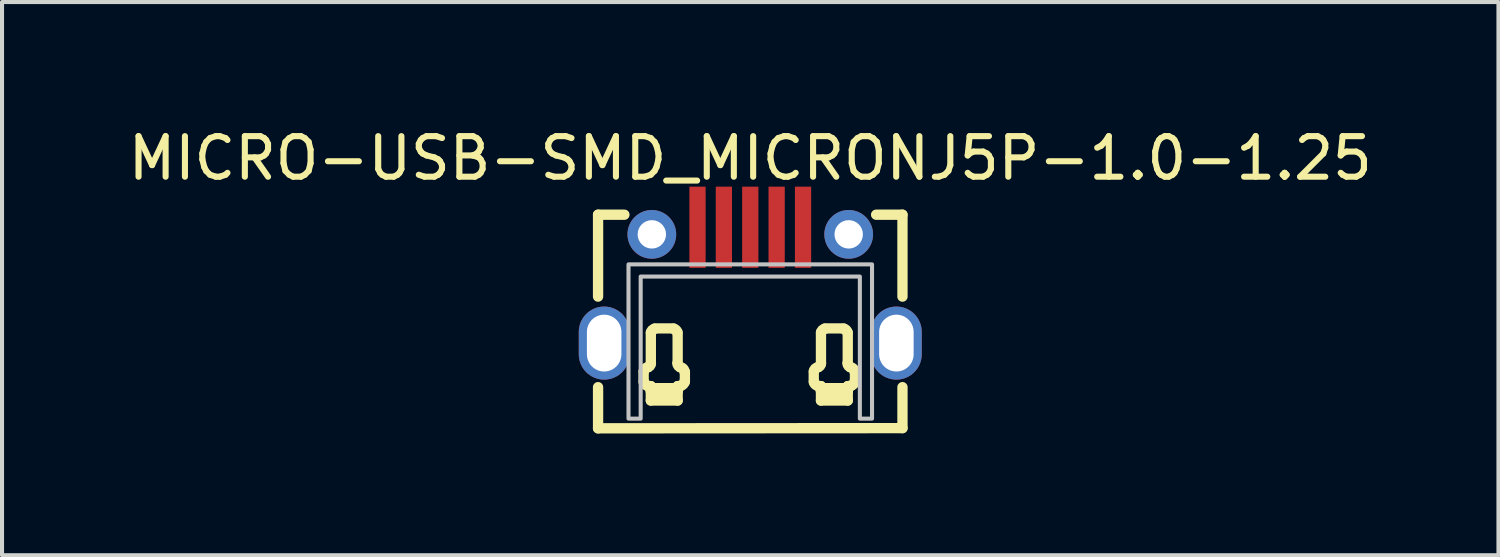
<source format=kicad_pcb>
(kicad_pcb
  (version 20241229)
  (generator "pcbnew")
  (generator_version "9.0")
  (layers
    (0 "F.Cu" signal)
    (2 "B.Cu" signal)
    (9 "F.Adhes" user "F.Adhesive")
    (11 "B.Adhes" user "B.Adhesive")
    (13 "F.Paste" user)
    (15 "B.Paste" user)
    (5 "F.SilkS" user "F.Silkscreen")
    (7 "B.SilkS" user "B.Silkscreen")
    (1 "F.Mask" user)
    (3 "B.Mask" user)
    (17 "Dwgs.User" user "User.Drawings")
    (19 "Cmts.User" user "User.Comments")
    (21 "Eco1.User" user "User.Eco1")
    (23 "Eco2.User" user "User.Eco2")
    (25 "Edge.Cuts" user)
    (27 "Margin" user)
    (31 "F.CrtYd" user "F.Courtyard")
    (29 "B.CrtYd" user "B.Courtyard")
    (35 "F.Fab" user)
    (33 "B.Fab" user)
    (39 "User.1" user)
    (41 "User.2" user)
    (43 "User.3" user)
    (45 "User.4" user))
  (footprint "MICRO-USB-SMD_MICRONJ5P-1.0-1.25"
    (layer "F.Cu")
    (at 15.435 3.976)
    (property "Reference" "MICRO-USB-SMD_MICRONJ5P-1.0-1.25" (at 0 -3.127 0) (unlocked yes) (layer "F.SilkS") (effects (font (size 1 1) (thickness 0.15))))
    (fp_line (start -3.75 -1.736) (end -3.101 -1.736) (stroke (width 0.254) (type default)) (layer "F.SilkS"))
    (fp_line (start -3.75 0.282) (end -3.75 -1.736) (stroke (width 0.254) (type default)) (layer "F.SilkS"))
    (fp_line (start -3.75 3.527) (end -3.75 2.513) (stroke (width 0.254) (type default)) (layer "F.SilkS"))
    (fp_line (start -3.75 3.527) (end 3.75 3.522) (stroke (width 0.254) (type default)) (layer "F.SilkS"))
    (fp_line (start -2.627 2.385) (end -2.627 2.131) (stroke (width 0.254) (type default)) (layer "F.SilkS"))
    (fp_line (start -2.526 2.487) (end -2.45 2.487) (stroke (width 0.254) (type default)) (layer "F.SilkS"))
    (fp_line (start -2.45 1.928) (end -2.45 1.166) (stroke (width 0.254) (type default)) (layer "F.SilkS"))
    (fp_line (start -2.45 2.487) (end -2.45 2.538) (stroke (width 0.254) (type default)) (layer "F.SilkS"))
    (fp_line (start -2.45 2.538) (end -2.45 2.614) (stroke (width 0.254) (type default)) (layer "F.SilkS"))
    (fp_line (start -2.45 2.614) (end -2.45 2.842) (stroke (width 0.254) (type default)) (layer "F.SilkS"))
    (fp_line (start -2.45 2.842) (end -1.789 2.842) (stroke (width 0.254) (type default)) (layer "F.SilkS"))
    (fp_line (start -2.348 1.065) (end -1.891 1.065) (stroke (width 0.254) (type default)) (layer "F.SilkS"))
    (fp_line (start -1.789 1.166) (end -1.789 1.928) (stroke (width 0.254) (type default)) (layer "F.SilkS"))
    (fp_line (start -1.789 2.487) (end -1.789 2.538) (stroke (width 0.254) (type default)) (layer "F.SilkS"))
    (fp_line (start -1.789 2.538) (end -2.45 2.538) (stroke (width 0.254) (type default)) (layer "F.SilkS"))
    (fp_line (start -1.789 2.614) (end -2.45 2.614) (stroke (width 0.254) (type default)) (layer "F.SilkS"))
    (fp_line (start -1.789 2.614) (end -1.789 2.538) (stroke (width 0.254) (type default)) (layer "F.SilkS"))
    (fp_line (start -1.789 2.842) (end -1.789 2.614) (stroke (width 0.254) (type default)) (layer "F.SilkS"))
    (fp_line (start -1.713 2.487) (end -1.789 2.487) (stroke (width 0.254) (type default)) (layer "F.SilkS"))
    (fp_line (start -1.611 2.131) (end -1.611 2.385) (stroke (width 0.254) (type default)) (layer "F.SilkS"))
    (fp_line (start 1.564 2.385) (end 1.564 2.131) (stroke (width 0.254) (type default)) (layer "F.SilkS"))
    (fp_line (start 1.665 2.487) (end 1.742 2.487) (stroke (width 0.254) (type default)) (layer "F.SilkS"))
    (fp_line (start 1.742 1.928) (end 1.742 1.166) (stroke (width 0.254) (type default)) (layer "F.SilkS"))
    (fp_line (start 1.742 2.487) (end 1.742 2.538) (stroke (width 0.254) (type default)) (layer "F.SilkS"))
    (fp_line (start 1.742 2.538) (end 1.742 2.614) (stroke (width 0.254) (type default)) (layer "F.SilkS"))
    (fp_line (start 1.742 2.614) (end 1.742 2.842) (stroke (width 0.254) (type default)) (layer "F.SilkS"))
    (fp_line (start 1.742 2.842) (end 2.402 2.842) (stroke (width 0.254) (type default)) (layer "F.SilkS"))
    (fp_line (start 1.843 1.065) (end 2.3 1.065) (stroke (width 0.254) (type default)) (layer "F.SilkS"))
    (fp_line (start 2.402 1.166) (end 2.402 1.928) (stroke (width 0.254) (type default)) (layer "F.SilkS"))
    (fp_line (start 2.402 2.487) (end 2.402 2.538) (stroke (width 0.254) (type default)) (layer "F.SilkS"))
    (fp_line (start 2.402 2.538) (end 1.742 2.538) (stroke (width 0.254) (type default)) (layer "F.SilkS"))
    (fp_line (start 2.402 2.614) (end 1.742 2.614) (stroke (width 0.254) (type default)) (layer "F.SilkS"))
    (fp_line (start 2.402 2.614) (end 2.402 2.538) (stroke (width 0.254) (type default)) (layer "F.SilkS"))
    (fp_line (start 2.402 2.842) (end 2.402 2.614) (stroke (width 0.254) (type default)) (layer "F.SilkS"))
    (fp_line (start 2.478 2.487) (end 2.402 2.487) (stroke (width 0.254) (type default)) (layer "F.SilkS"))
    (fp_line (start 2.58 2.131) (end 2.58 2.385) (stroke (width 0.254) (type default)) (layer "F.SilkS"))
    (fp_line (start 3.101 -1.736) (end 3.75 -1.736) (stroke (width 0.254) (type default)) (layer "F.SilkS"))
    (fp_line (start 3.75 0.282) (end 3.75 -1.736) (stroke (width 0.254) (type default)) (layer "F.SilkS"))
    (fp_line (start 3.75 3.522) (end 3.75 2.513) (stroke (width 0.254) (type default)) (layer "F.SilkS"))
    (fp_arc (start -2.624 2.126) (mid -2.594711 2.055289) (end -2.524 2.026) (stroke (width 0.254) (type default)) (layer "F.SilkS"))
    (fp_arc (start -2.522 2.475) (mid -2.592711 2.445711) (end -2.622 2.375) (stroke (width 0.254) (type default)) (layer "F.SilkS"))
    (fp_arc (start -2.447 1.175) (mid -2.417711 1.104289) (end -2.347 1.075) (stroke (width 0.254) (type default)) (layer "F.SilkS"))
    (fp_arc (start -2.447 1.926) (mid -2.471827 1.991947) (end -2.534 2.025) (stroke (width 0.254) (type default)) (layer "F.SilkS"))
    (fp_arc (start -1.897 1.075) (mid -1.826289 1.104289) (end -1.797 1.175) (stroke (width 0.254) (type default)) (layer "F.SilkS"))
    (fp_arc (start -1.723 2.026) (mid -1.652289 2.055289) (end -1.623 2.126) (stroke (width 0.254) (type default)) (layer "F.SilkS"))
    (fp_arc (start -1.709 2.025) (mid -1.771638 1.992137) (end -1.797 1.926) (stroke (width 0.254) (type default)) (layer "F.SilkS"))
    (fp_arc (start -1.621 2.374) (mid -1.650289 2.444711) (end -1.721 2.474) (stroke (width 0.254) (type default)) (layer "F.SilkS"))
    (fp_arc (start 1.567 2.126) (mid 1.596289 2.055289) (end 1.667 2.026) (stroke (width 0.254) (type default)) (layer "F.SilkS"))
    (fp_arc (start 1.669 2.475) (mid 1.598289 2.445711) (end 1.569 2.375) (stroke (width 0.254) (type default)) (layer "F.SilkS"))
    (fp_arc (start 1.744 1.175) (mid 1.773289 1.104289) (end 1.844 1.075) (stroke (width 0.254) (type default)) (layer "F.SilkS"))
    (fp_arc (start 1.744 1.926) (mid 1.719173 1.991947) (end 1.657 2.025) (stroke (width 0.254) (type default)) (layer "F.SilkS"))
    (fp_arc (start 2.294 1.075) (mid 2.364711 1.104289) (end 2.394 1.175) (stroke (width 0.254) (type default)) (layer "F.SilkS"))
    (fp_arc (start 2.468 2.026) (mid 2.538711 2.055289) (end 2.568 2.126) (stroke (width 0.254) (type default)) (layer "F.SilkS"))
    (fp_arc (start 2.482 2.025) (mid 2.419362 1.992137) (end 2.394 1.926) (stroke (width 0.254) (type default)) (layer "F.SilkS"))
    (fp_arc (start 2.57 2.374) (mid 2.540711 2.444711) (end 2.47 2.474) (stroke (width 0.254) (type default)) (layer "F.SilkS"))
    (fp_poly (pts (xy -1.5 -2.428) (xy -1.5 -0.427) (xy -1.1 -0.427) (xy -1.1 -2.428)) (stroke (width 0) (type default)) (fill yes) (layer "F.Paste"))
    (fp_poly (pts (xy -0.85 -2.428) (xy -0.85 -0.427) (xy -0.45 -0.427) (xy -0.45 -2.428)) (stroke (width 0) (type default)) (fill yes) (layer "F.Paste"))
    (fp_poly (pts (xy -0.2 -2.428) (xy -0.2 -0.427) (xy 0.2 -0.427) (xy 0.2 -2.428)) (stroke (width 0) (type default)) (fill yes) (layer "F.Paste"))
    (fp_poly (pts (xy 0.45 -2.428) (xy 0.45 -0.427) (xy 0.85 -0.427) (xy 0.85 -2.428)) (stroke (width 0) (type default)) (fill yes) (layer "F.Paste"))
    (fp_poly (pts (xy 1.1 -2.428) (xy 1.1 -0.427) (xy 1.5 -0.427) (xy 1.5 -2.428)) (stroke (width 0) (type default)) (fill yes) (layer "F.Paste"))
    (fp_poly (pts (xy -3.562 0.529) (xy -3.587 0.527) (xy -3.612 0.527) (xy -3.638 0.529) (xy -3.662 0.531) (xy -3.687 0.535) (xy -3.711 0.54) (xy -3.736 0.546) (xy -3.759 0.553) (xy -3.783 0.562) (xy -3.805 0.572) (xy -3.828 0.583) (xy -3.85 0.595) (xy -3.871 0.608) (xy -3.892 0.622) (xy -3.912 0.636) (xy -3.931 0.652) (xy -3.949 0.669) (xy -3.966 0.688) (xy -3.983 0.706) (xy -3.998 0.726) (xy -4.013 0.746) (xy -4.027 0.767) (xy -4.039 0.788) (xy -4.051 0.81) (xy -4.061 0.834) (xy -4.07 0.857) (xy -4.077 0.88) (xy -4.085 0.904) (xy -4.09 0.928) (xy -4.095 0.953) (xy -4.098 0.978) (xy -4.099 1.002) (xy -4.1 1.028) (xy -4.1 1.827) (xy -4.099 1.853) (xy -4.098 1.877) (xy -4.095 1.902) (xy -4.09 1.927) (xy -4.085 1.951) (xy -4.077 1.975) (xy -4.07 1.998) (xy -4.061 2.022) (xy -4.051 2.045) (xy -4.039 2.067) (xy -4.027 2.088) (xy -4.013 2.109) (xy -3.998 2.13) (xy -3.983 2.149) (xy -3.966 2.167) (xy -3.949 2.186) (xy -3.931 2.203) (xy -3.912 2.219) (xy -3.892 2.233) (xy -3.871 2.248) (xy -3.85 2.26) (xy -3.828 2.272) (xy -3.805 2.284) (xy -3.783 2.293) (xy -3.759 2.301) (xy -3.736 2.309) (xy -3.711 2.315) (xy -3.687 2.32) (xy -3.662 2.324) (xy -3.638 2.326) (xy -3.612 2.328) (xy -3.587 2.328) (xy -3.562 2.326) (xy -3.538 2.324) (xy -3.513 2.32) (xy -3.489 2.315) (xy -3.465 2.309) (xy -3.441 2.301) (xy -3.417 2.293) (xy -3.394 2.284) (xy -3.372 2.272) (xy -3.35 2.26) (xy -3.329 2.248) (xy -3.308 2.233) (xy -3.288 2.219) (xy -3.269 2.203) (xy -3.251 2.186) (xy -3.233 2.167) (xy -3.217 2.149) (xy -3.201 2.13) (xy -3.187 2.109) (xy -3.174 2.088) (xy -3.161 2.067) (xy -3.15 2.045) (xy -3.139 2.022) (xy -3.13 1.998) (xy -3.122 1.975) (xy -3.115 1.951) (xy -3.11 1.927) (xy -3.106 1.902) (xy -3.103 1.877) (xy -3.1 1.853) (xy -3.1 1.827) (xy -3.1 1.028) (xy -3.1 1.002) (xy -3.103 0.978) (xy -3.106 0.953) (xy -3.11 0.928) (xy -3.115 0.904) (xy -3.122 0.88) (xy -3.13 0.857) (xy -3.139 0.834) (xy -3.15 0.81) (xy -3.161 0.788) (xy -3.174 0.767) (xy -3.187 0.746) (xy -3.201 0.726) (xy -3.217 0.706) (xy -3.233 0.688) (xy -3.251 0.669) (xy -3.269 0.652) (xy -3.288 0.636) (xy -3.308 0.622) (xy -3.329 0.608) (xy -3.35 0.595) (xy -3.372 0.583) (xy -3.394 0.572) (xy -3.417 0.562) (xy -3.441 0.553) (xy -3.465 0.546) (xy -3.489 0.54) (xy -3.513 0.535) (xy -3.538 0.531)) (stroke (width 0) (type default)) (fill yes) (layer "F.Paste"))
    (fp_poly (pts (xy 3.638 0.529) (xy 3.612 0.527) (xy 3.587 0.527) (xy 3.562 0.529) (xy 3.538 0.531) (xy 3.513 0.535) (xy 3.489 0.54) (xy 3.465 0.546) (xy 3.441 0.553) (xy 3.417 0.562) (xy 3.394 0.572) (xy 3.372 0.583) (xy 3.35 0.595) (xy 3.329 0.608) (xy 3.308 0.622) (xy 3.288 0.636) (xy 3.269 0.652) (xy 3.251 0.669) (xy 3.233 0.688) (xy 3.217 0.706) (xy 3.201 0.726) (xy 3.187 0.746) (xy 3.174 0.767) (xy 3.161 0.788) (xy 3.15 0.81) (xy 3.139 0.834) (xy 3.13 0.857) (xy 3.122 0.88) (xy 3.115 0.904) (xy 3.11 0.928) (xy 3.106 0.953) (xy 3.103 0.978) (xy 3.1 1.002) (xy 3.1 1.028) (xy 3.1 1.827) (xy 3.1 1.853) (xy 3.103 1.877) (xy 3.106 1.902) (xy 3.11 1.927) (xy 3.115 1.951) (xy 3.122 1.975) (xy 3.13 1.998) (xy 3.139 2.022) (xy 3.15 2.045) (xy 3.161 2.067) (xy 3.174 2.088) (xy 3.187 2.109) (xy 3.201 2.13) (xy 3.217 2.149) (xy 3.233 2.167) (xy 3.251 2.186) (xy 3.269 2.203) (xy 3.288 2.219) (xy 3.308 2.233) (xy 3.329 2.248) (xy 3.35 2.26) (xy 3.372 2.272) (xy 3.394 2.284) (xy 3.417 2.293) (xy 3.441 2.301) (xy 3.465 2.309) (xy 3.489 2.315) (xy 3.513 2.32) (xy 3.538 2.324) (xy 3.562 2.326) (xy 3.587 2.328) (xy 3.612 2.328) (xy 3.638 2.326) (xy 3.662 2.324) (xy 3.687 2.32) (xy 3.711 2.315) (xy 3.736 2.309) (xy 3.759 2.301) (xy 3.783 2.293) (xy 3.805 2.284) (xy 3.828 2.272) (xy 3.85 2.26) (xy 3.871 2.248) (xy 3.892 2.233) (xy 3.912 2.219) (xy 3.931 2.203) (xy 3.949 2.186) (xy 3.966 2.167) (xy 3.983 2.149) (xy 3.998 2.13) (xy 4.013 2.109) (xy 4.027 2.088) (xy 4.039 2.067) (xy 4.051 2.045) (xy 4.061 2.022) (xy 4.07 1.998) (xy 4.077 1.975) (xy 4.085 1.951) (xy 4.09 1.927) (xy 4.095 1.902) (xy 4.098 1.877) (xy 4.099 1.853) (xy 4.1 1.827) (xy 4.1 1.028) (xy 4.099 1.002) (xy 4.098 0.978) (xy 4.095 0.953) (xy 4.09 0.928) (xy 4.085 0.904) (xy 4.077 0.88) (xy 4.07 0.857) (xy 4.061 0.834) (xy 4.051 0.81) (xy 4.039 0.788) (xy 4.027 0.767) (xy 4.013 0.746) (xy 3.998 0.726) (xy 3.983 0.706) (xy 3.966 0.688) (xy 3.949 0.669) (xy 3.931 0.652) (xy 3.912 0.636) (xy 3.892 0.622) (xy 3.871 0.608) (xy 3.85 0.595) (xy 3.828 0.583) (xy 3.805 0.572) (xy 3.783 0.562) (xy 3.759 0.553) (xy 3.736 0.546) (xy 3.711 0.54) (xy 3.687 0.535) (xy 3.662 0.531)) (stroke (width 0) (type default)) (fill yes) (layer "F.Paste"))
    (fp_poly (pts (xy -2.418 -1.853) (xy -2.444 -1.852) (xy -2.469 -1.851) (xy -2.494 -1.849) (xy -2.519 -1.845) (xy -2.545 -1.841) (xy -2.569 -1.835) (xy -2.594 -1.829) (xy -2.618 -1.821) (xy -2.642 -1.812) (xy -2.664 -1.802) (xy -2.688 -1.792) (xy -2.71 -1.78) (xy -2.732 -1.768) (xy -2.753 -1.754) (xy -2.775 -1.74) (xy -2.795 -1.725) (xy -2.814 -1.709) (xy -2.833 -1.692) (xy -2.852 -1.675) (xy -2.869 -1.656) (xy -2.885 -1.637) (xy -2.901 -1.617) (xy -2.916 -1.597) (xy -2.93 -1.576) (xy -2.943 -1.554) (xy -2.955 -1.532) (xy -2.967 -1.51) (xy -2.978 -1.486) (xy -2.987 -1.463) (xy -2.995 -1.439) (xy -3.002 -1.415) (xy -3.009 -1.391) (xy -3.014 -1.365) (xy -3.018 -1.341) (xy -3.022 -1.315) (xy -3.023 -1.29) (xy -3.025 -1.265) (xy -3.025 -1.24) (xy -3.023 -1.214) (xy -3.022 -1.19) (xy -3.018 -1.164) (xy -3.014 -1.139) (xy -3.009 -1.115) (xy -3.002 -1.09) (xy -2.995 -1.066) (xy -2.987 -1.042) (xy -2.978 -1.018) (xy -2.967 -0.996) (xy -2.955 -0.973) (xy -2.943 -0.951) (xy -2.93 -0.929) (xy -2.916 -0.908) (xy -2.901 -0.887) (xy -2.885 -0.868) (xy -2.869 -0.849) (xy -2.852 -0.831) (xy -2.833 -0.813) (xy -2.814 -0.796) (xy -2.795 -0.78) (xy -2.775 -0.765) (xy -2.753 -0.75) (xy -2.732 -0.737) (xy -2.71 -0.725) (xy -2.688 -0.713) (xy -2.664 -0.703) (xy -2.642 -0.693) (xy -2.618 -0.684) (xy -2.594 -0.676) (xy -2.569 -0.67) (xy -2.545 -0.664) (xy -2.519 -0.66) (xy -2.494 -0.656) (xy -2.469 -0.654) (xy -2.444 -0.652) (xy -2.418 -0.652) (xy -2.393 -0.653) (xy -2.368 -0.655) (xy -2.343 -0.658) (xy -2.318 -0.662) (xy -2.293 -0.667) (xy -2.268 -0.673) (xy -2.244 -0.68) (xy -2.22 -0.689) (xy -2.197 -0.698) (xy -2.174 -0.708) (xy -2.151 -0.719) (xy -2.128 -0.731) (xy -2.107 -0.744) (xy -2.086 -0.757) (xy -2.065 -0.772) (xy -2.045 -0.788) (xy -2.026 -0.804) (xy -2.007 -0.822) (xy -1.99 -0.84) (xy -1.972 -0.858) (xy -1.956 -0.877) (xy -1.941 -0.897) (xy -1.927 -0.918) (xy -1.913 -0.94) (xy -1.9 -0.962) (xy -1.889 -0.984) (xy -1.877 -1.007) (xy -1.867 -1.03) (xy -1.859 -1.054) (xy -1.851 -1.078) (xy -1.844 -1.102) (xy -1.838 -1.127) (xy -1.833 -1.151) (xy -1.829 -1.177) (xy -1.827 -1.202) (xy -1.825 -1.227) (xy -1.825 -1.252) (xy -1.825 -1.278) (xy -1.827 -1.303) (xy -1.829 -1.328) (xy -1.833 -1.353) (xy -1.838 -1.378) (xy -1.844 -1.403) (xy -1.851 -1.427) (xy -1.859 -1.451) (xy -1.867 -1.474) (xy -1.877 -1.498) (xy -1.889 -1.521) (xy -1.9 -1.544) (xy -1.913 -1.565) (xy -1.927 -1.587) (xy -1.941 -1.607) (xy -1.956 -1.627) (xy -1.972 -1.647) (xy -1.99 -1.665) (xy -2.007 -1.683) (xy -2.026 -1.7) (xy -2.045 -1.717) (xy -2.065 -1.732) (xy -2.086 -1.748) (xy -2.107 -1.761) (xy -2.128 -1.774) (xy -2.151 -1.786) (xy -2.174 -1.798) (xy -2.197 -1.808) (xy -2.22 -1.817) (xy -2.244 -1.825) (xy -2.268 -1.831) (xy -2.293 -1.838) (xy -2.318 -1.843) (xy -2.343 -1.847) (xy -2.368 -1.849) (xy -2.393 -1.851)) (stroke (width 0) (type default)) (fill yes) (layer "F.Paste"))
    (fp_poly (pts (xy 2.432 -1.853) (xy 2.406 -1.852) (xy 2.381 -1.851) (xy 2.356 -1.849) (xy 2.33 -1.845) (xy 2.305 -1.841) (xy 2.281 -1.835) (xy 2.256 -1.829) (xy 2.232 -1.821) (xy 2.208 -1.812) (xy 2.185 -1.802) (xy 2.162 -1.792) (xy 2.139 -1.78) (xy 2.118 -1.768) (xy 2.096 -1.754) (xy 2.075 -1.74) (xy 2.055 -1.725) (xy 2.035 -1.709) (xy 2.017 -1.692) (xy 1.998 -1.675) (xy 1.981 -1.656) (xy 1.964 -1.637) (xy 1.948 -1.617) (xy 1.933 -1.597) (xy 1.919 -1.576) (xy 1.907 -1.554) (xy 1.894 -1.532) (xy 1.883 -1.51) (xy 1.873 -1.486) (xy 1.863 -1.463) (xy 1.855 -1.439) (xy 1.847 -1.415) (xy 1.841 -1.391) (xy 1.835 -1.365) (xy 1.831 -1.341) (xy 1.829 -1.315) (xy 1.826 -1.29) (xy 1.825 -1.265) (xy 1.825 -1.24) (xy 1.826 -1.214) (xy 1.829 -1.19) (xy 1.831 -1.164) (xy 1.835 -1.139) (xy 1.841 -1.115) (xy 1.847 -1.09) (xy 1.855 -1.066) (xy 1.863 -1.042) (xy 1.873 -1.018) (xy 1.883 -0.996) (xy 1.894 -0.973) (xy 1.907 -0.951) (xy 1.919 -0.929) (xy 1.933 -0.908) (xy 1.948 -0.887) (xy 1.964 -0.868) (xy 1.981 -0.849) (xy 1.998 -0.831) (xy 2.017 -0.813) (xy 2.035 -0.796) (xy 2.055 -0.78) (xy 2.075 -0.765) (xy 2.096 -0.75) (xy 2.118 -0.737) (xy 2.139 -0.725) (xy 2.162 -0.713) (xy 2.185 -0.703) (xy 2.208 -0.693) (xy 2.232 -0.684) (xy 2.256 -0.676) (xy 2.281 -0.67) (xy 2.305 -0.664) (xy 2.33 -0.66) (xy 2.356 -0.656) (xy 2.381 -0.654) (xy 2.406 -0.652) (xy 2.432 -0.652) (xy 2.457 -0.653) (xy 2.482 -0.655) (xy 2.507 -0.658) (xy 2.532 -0.662) (xy 2.557 -0.667) (xy 2.581 -0.673) (xy 2.606 -0.68) (xy 2.63 -0.689) (xy 2.653 -0.698) (xy 2.676 -0.708) (xy 2.699 -0.719) (xy 2.721 -0.731) (xy 2.743 -0.744) (xy 2.764 -0.757) (xy 2.784 -0.772) (xy 2.804 -0.788) (xy 2.824 -0.804) (xy 2.842 -0.822) (xy 2.86 -0.84) (xy 2.877 -0.858) (xy 2.893 -0.877) (xy 2.909 -0.897) (xy 2.924 -0.918) (xy 2.937 -0.94) (xy 2.95 -0.962) (xy 2.962 -0.984) (xy 2.973 -1.007) (xy 2.982 -1.03) (xy 2.991 -1.054) (xy 2.999 -1.078) (xy 3.006 -1.102) (xy 3.011 -1.127) (xy 3.017 -1.151) (xy 3.02 -1.177) (xy 3.023 -1.202) (xy 3.025 -1.227) (xy 3.025 -1.252) (xy 3.025 -1.278) (xy 3.023 -1.303) (xy 3.02 -1.328) (xy 3.017 -1.353) (xy 3.011 -1.378) (xy 3.006 -1.403) (xy 2.999 -1.427) (xy 2.991 -1.451) (xy 2.982 -1.474) (xy 2.973 -1.498) (xy 2.962 -1.521) (xy 2.95 -1.544) (xy 2.937 -1.565) (xy 2.924 -1.587) (xy 2.909 -1.607) (xy 2.893 -1.627) (xy 2.877 -1.647) (xy 2.86 -1.665) (xy 2.842 -1.683) (xy 2.824 -1.7) (xy 2.804 -1.717) (xy 2.784 -1.732) (xy 2.764 -1.748) (xy 2.743 -1.761) (xy 2.721 -1.774) (xy 2.699 -1.786) (xy 2.676 -1.798) (xy 2.653 -1.808) (xy 2.63 -1.817) (xy 2.606 -1.825) (xy 2.581 -1.831) (xy 2.557 -1.838) (xy 2.532 -1.843) (xy 2.507 -1.847) (xy 2.482 -1.849) (xy 2.457 -1.851)) (stroke (width 0) (type default)) (fill yes) (layer "F.Paste"))
    (fp_poly (pts (xy -3 3.288) (xy -3 -0.512) (xy 3 -0.512) (xy 3 3.288) (xy 2.7 3.288) (xy 2.7 -0.212) (xy -2.7 -0.212) (xy -2.7 3.288)) (stroke (width 0.1) (type default)) (fill no) (layer "Dwgs.User"))
    (fp_poly (pts (xy -3.75 0.828) (xy -3.45 0.828) (xy -3.45 2.027) (xy -3.75 2.027)) (stroke (width 0.1) (type default)) (fill no) (layer "User.1"))
    (fp_poly (pts (xy -2.625 -1.427) (xy -2.225 -1.427) (xy -2.225 -1.077) (xy -2.625 -1.077)) (stroke (width 0.1) (type default)) (fill no) (layer "User.1"))
    (fp_poly (pts (xy -1.45 -2.178) (xy -1.15 -2.178) (xy -1.15 -0.677) (xy -1.45 -0.677)) (stroke (width 0.1) (type default)) (fill no) (layer "User.1"))
    (fp_poly (pts (xy -0.8 -2.178) (xy -0.5 -2.178) (xy -0.5 -0.677) (xy -0.8 -0.677)) (stroke (width 0.1) (type default)) (fill no) (layer "User.1"))
    (fp_poly (pts (xy -0.15 -2.178) (xy 0.15 -2.178) (xy 0.15 -0.677) (xy -0.15 -0.677)) (stroke (width 0.1) (type default)) (fill no) (layer "User.1"))
    (fp_poly (pts (xy 0.5 -2.178) (xy 0.8 -2.178) (xy 0.8 -0.677) (xy 0.5 -0.677)) (stroke (width 0.1) (type default)) (fill no) (layer "User.1"))
    (fp_poly (pts (xy 1.15 -2.178) (xy 1.45 -2.178) (xy 1.45 -0.677) (xy 1.15 -0.677)) (stroke (width 0.1) (type default)) (fill no) (layer "User.1"))
    (fp_poly (pts (xy 2.225 -1.427) (xy 2.625 -1.427) (xy 2.625 -1.077) (xy 2.225 -1.077)) (stroke (width 0.1) (type default)) (fill no) (layer "User.1"))
    (fp_poly (pts (xy 3.45 0.828) (xy 3.75 0.828) (xy 3.75 2.027) (xy 3.45 2.027)) (stroke (width 0.1) (type default)) (fill no) (layer "User.1"))
    (fp_line (start -3.75 -1.512) (end 3.75 -1.512) (stroke (width 0.051) (type default)) (layer "User.2"))
    (fp_line (start -3.75 3.547) (end -3.75 -1.512) (stroke (width 0.051) (type default)) (layer "User.2"))
    (fp_line (start 3.75 -1.512) (end 3.75 3.547) (stroke (width 0.051) (type default)) (layer "User.2"))
    (fp_line (start 3.75 3.547) (end -3.75 3.547) (stroke (width 0.051) (type default)) (layer "User.2"))
    (fp_poly (pts (xy -3.69 -2.178) (xy -3.708 -2.22) (xy -3.75 -2.237) (xy -3.792 -2.22) (xy -3.81 -2.178) (xy -3.792 -2.135) (xy -3.75 -2.118) (xy -3.708 -2.135)) (stroke (width 0.1) (type default)) (fill no) (layer "User.3"))
    (pad "1" smd rect (at -1.3 -1.427) (size 0.4 2) (layers "F.Cu" "F.Mask" "F.Paste"))
    (pad "2" smd rect (at -0.65 -1.427) (size 0.4 2) (layers "F.Cu" "F.Mask" "F.Paste"))
    (pad "3" smd rect (at 0 -1.427) (size 0.4 2) (layers "F.Cu" "F.Mask" "F.Paste"))
    (pad "4" smd rect (at 0.65 -1.427) (size 0.4 2) (layers "F.Cu" "F.Mask" "F.Paste"))
    (pad "5" smd rect (at 1.3 -1.427) (size 0.4 2) (layers "F.Cu" "F.Mask" "F.Paste"))
    (pad "6" thru_hole circle (at 2.425 -1.252) (size 1.2 1.2) (drill 0.7) (layers "*.Cu" "*.Mask"))
    (pad "7" thru_hole oval (at 3.6 1.427) (size 1.25 1.8) (drill oval 0.85 1.4) (layers "*.Cu" "*.Mask"))
    (pad "8" thru_hole oval (at -3.6 1.427) (size 1.25 1.8) (drill oval 0.85 1.4) (layers "*.Cu" "*.Mask"))
    (pad "9" thru_hole circle (at -2.425 -1.252) (size 1.2 1.2) (drill 0.7) (layers "*.Cu" "*.Mask")))
  (gr_rect
    (start -3 -3)
    (end 33.869 10.63)
    (stroke (width 0.1) (type default))
    (fill no)
    (layer "Edge.Cuts")))
</source>
